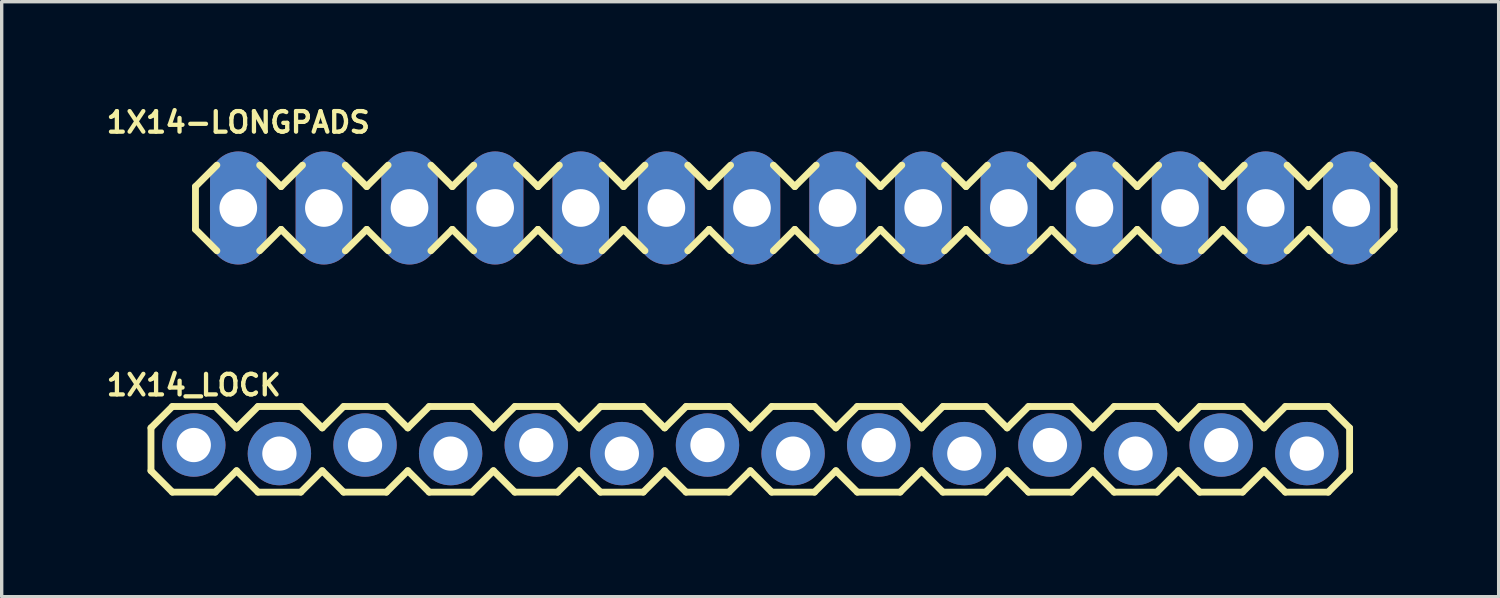
<source format=kicad_pcb>
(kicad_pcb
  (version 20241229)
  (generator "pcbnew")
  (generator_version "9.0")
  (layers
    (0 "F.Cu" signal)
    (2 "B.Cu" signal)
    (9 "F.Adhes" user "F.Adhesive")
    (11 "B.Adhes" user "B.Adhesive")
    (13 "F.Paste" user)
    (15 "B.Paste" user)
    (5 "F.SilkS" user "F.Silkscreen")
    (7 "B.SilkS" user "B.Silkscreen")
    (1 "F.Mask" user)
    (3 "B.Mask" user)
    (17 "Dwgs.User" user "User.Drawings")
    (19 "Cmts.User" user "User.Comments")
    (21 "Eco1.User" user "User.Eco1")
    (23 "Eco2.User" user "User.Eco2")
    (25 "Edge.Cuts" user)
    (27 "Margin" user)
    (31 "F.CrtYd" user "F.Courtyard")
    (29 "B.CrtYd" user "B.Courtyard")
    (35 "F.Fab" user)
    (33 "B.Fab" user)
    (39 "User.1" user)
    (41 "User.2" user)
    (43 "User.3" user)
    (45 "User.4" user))
  (footprint "1X14-LONGPADS"
    (layer "F.Cu")
    (at 4.019 3.12)
    (property "Reference" "1X14-LONGPADS" (at 0 -2.54 0) (layer "F.SilkS") (effects (font (size 0.61 0.61) (thickness 0.127))))
    (attr exclude_from_pos_files exclude_from_bom)
    (fp_line (start -1.27 -0.635) (end -1.27 0.635) (stroke (width 0.203) (type solid)) (layer "F.SilkS"))
    (fp_line (start -1.27 0.635) (end -0.635 1.27) (stroke (width 0.203) (type solid)) (layer "F.SilkS"))
    (fp_line (start -0.635 -1.27) (end -1.27 -0.635) (stroke (width 0.203) (type solid)) (layer "F.SilkS"))
    (fp_line (start 0.635 -1.27) (end 1.27 -0.635) (stroke (width 0.203) (type solid)) (layer "F.SilkS"))
    (fp_line (start 1.27 -0.635) (end 1.905 -1.27) (stroke (width 0.203) (type solid)) (layer "F.SilkS"))
    (fp_line (start 1.27 0.635) (end 0.635 1.27) (stroke (width 0.203) (type solid)) (layer "F.SilkS"))
    (fp_line (start 1.905 1.27) (end 1.27 0.635) (stroke (width 0.203) (type solid)) (layer "F.SilkS"))
    (fp_line (start 3.175 -1.27) (end 3.81 -0.635) (stroke (width 0.203) (type solid)) (layer "F.SilkS"))
    (fp_line (start 3.81 -0.635) (end 4.445 -1.27) (stroke (width 0.203) (type solid)) (layer "F.SilkS"))
    (fp_line (start 3.81 0.635) (end 3.175 1.27) (stroke (width 0.203) (type solid)) (layer "F.SilkS"))
    (fp_line (start 4.445 1.27) (end 3.81 0.635) (stroke (width 0.203) (type solid)) (layer "F.SilkS"))
    (fp_line (start 5.715 -1.27) (end 6.35 -0.635) (stroke (width 0.203) (type solid)) (layer "F.SilkS"))
    (fp_line (start 6.35 0.635) (end 5.715 1.27) (stroke (width 0.203) (type solid)) (layer "F.SilkS"))
    (fp_line (start 6.35 0.635) (end 6.985 1.27) (stroke (width 0.203) (type solid)) (layer "F.SilkS"))
    (fp_line (start 6.985 -1.27) (end 6.35 -0.635) (stroke (width 0.203) (type solid)) (layer "F.SilkS"))
    (fp_line (start 8.255 -1.27) (end 8.89 -0.635) (stroke (width 0.203) (type solid)) (layer "F.SilkS"))
    (fp_line (start 8.89 -0.635) (end 9.525 -1.27) (stroke (width 0.203) (type solid)) (layer "F.SilkS"))
    (fp_line (start 8.89 0.635) (end 8.255 1.27) (stroke (width 0.203) (type solid)) (layer "F.SilkS"))
    (fp_line (start 9.525 1.27) (end 8.89 0.635) (stroke (width 0.203) (type solid)) (layer "F.SilkS"))
    (fp_line (start 10.795 -1.27) (end 11.43 -0.635) (stroke (width 0.203) (type solid)) (layer "F.SilkS"))
    (fp_line (start 11.43 -0.635) (end 12.065 -1.27) (stroke (width 0.203) (type solid)) (layer "F.SilkS"))
    (fp_line (start 11.43 0.635) (end 10.795 1.27) (stroke (width 0.203) (type solid)) (layer "F.SilkS"))
    (fp_line (start 12.065 1.27) (end 11.43 0.635) (stroke (width 0.203) (type solid)) (layer "F.SilkS"))
    (fp_line (start 13.335 -1.27) (end 13.97 -0.635) (stroke (width 0.203) (type solid)) (layer "F.SilkS"))
    (fp_line (start 13.97 0.635) (end 13.335 1.27) (stroke (width 0.203) (type solid)) (layer "F.SilkS"))
    (fp_line (start 13.97 0.635) (end 14.605 1.27) (stroke (width 0.203) (type solid)) (layer "F.SilkS"))
    (fp_line (start 14.605 -1.27) (end 13.97 -0.635) (stroke (width 0.203) (type solid)) (layer "F.SilkS"))
    (fp_line (start 15.875 -1.27) (end 16.51 -0.635) (stroke (width 0.203) (type solid)) (layer "F.SilkS"))
    (fp_line (start 16.51 0.635) (end 15.875 1.27) (stroke (width 0.203) (type solid)) (layer "F.SilkS"))
    (fp_line (start 16.51 0.635) (end 17.145 1.27) (stroke (width 0.203) (type solid)) (layer "F.SilkS"))
    (fp_line (start 17.145 -1.27) (end 16.51 -0.635) (stroke (width 0.203) (type solid)) (layer "F.SilkS"))
    (fp_line (start 18.415 -1.27) (end 19.05 -0.635) (stroke (width 0.203) (type solid)) (layer "F.SilkS"))
    (fp_line (start 19.05 -0.635) (end 19.685 -1.27) (stroke (width 0.203) (type solid)) (layer "F.SilkS"))
    (fp_line (start 19.05 0.635) (end 18.415 1.27) (stroke (width 0.203) (type solid)) (layer "F.SilkS"))
    (fp_line (start 19.685 1.27) (end 19.05 0.635) (stroke (width 0.203) (type solid)) (layer "F.SilkS"))
    (fp_line (start 20.955 -1.27) (end 21.59 -0.635) (stroke (width 0.203) (type solid)) (layer "F.SilkS"))
    (fp_line (start 21.59 -0.635) (end 22.225 -1.27) (stroke (width 0.203) (type solid)) (layer "F.SilkS"))
    (fp_line (start 21.59 0.635) (end 20.955 1.27) (stroke (width 0.203) (type solid)) (layer "F.SilkS"))
    (fp_line (start 22.225 1.27) (end 21.59 0.635) (stroke (width 0.203) (type solid)) (layer "F.SilkS"))
    (fp_line (start 23.495 -1.27) (end 24.13 -0.635) (stroke (width 0.203) (type solid)) (layer "F.SilkS"))
    (fp_line (start 24.13 0.635) (end 23.495 1.27) (stroke (width 0.203) (type solid)) (layer "F.SilkS"))
    (fp_line (start 24.13 0.635) (end 24.765 1.27) (stroke (width 0.203) (type solid)) (layer "F.SilkS"))
    (fp_line (start 24.765 -1.27) (end 24.13 -0.635) (stroke (width 0.203) (type solid)) (layer "F.SilkS"))
    (fp_line (start 26.035 -1.27) (end 26.67 -0.635) (stroke (width 0.203) (type solid)) (layer "F.SilkS"))
    (fp_line (start 26.67 -0.635) (end 27.305 -1.27) (stroke (width 0.203) (type solid)) (layer "F.SilkS"))
    (fp_line (start 26.67 0.635) (end 26.035 1.27) (stroke (width 0.203) (type solid)) (layer "F.SilkS"))
    (fp_line (start 27.305 1.27) (end 26.67 0.635) (stroke (width 0.203) (type solid)) (layer "F.SilkS"))
    (fp_line (start 28.575 -1.27) (end 29.21 -0.635) (stroke (width 0.203) (type solid)) (layer "F.SilkS"))
    (fp_line (start 29.21 -0.635) (end 29.845 -1.27) (stroke (width 0.203) (type solid)) (layer "F.SilkS"))
    (fp_line (start 29.21 0.635) (end 28.575 1.27) (stroke (width 0.203) (type solid)) (layer "F.SilkS"))
    (fp_line (start 29.845 1.27) (end 29.21 0.635) (stroke (width 0.203) (type solid)) (layer "F.SilkS"))
    (fp_line (start 31.115 -1.27) (end 31.75 -0.635) (stroke (width 0.203) (type solid)) (layer "F.SilkS"))
    (fp_line (start 31.75 0.635) (end 31.115 1.27) (stroke (width 0.203) (type solid)) (layer "F.SilkS"))
    (fp_line (start 31.75 0.635) (end 32.385 1.27) (stroke (width 0.203) (type solid)) (layer "F.SilkS"))
    (fp_line (start 32.385 -1.27) (end 31.75 -0.635) (stroke (width 0.203) (type solid)) (layer "F.SilkS"))
    (fp_line (start 33.655 -1.27) (end 34.29 -0.635) (stroke (width 0.203) (type solid)) (layer "F.SilkS"))
    (fp_line (start 34.29 -0.635) (end 34.29 0.635) (stroke (width 0.203) (type solid)) (layer "F.SilkS"))
    (fp_line (start 34.29 0.635) (end 33.655 1.27) (stroke (width 0.203) (type solid)) (layer "F.SilkS"))
    (pad "1" thru_hole oval (at 0 0 180) (size 1.676 3.353) (drill 1.118) (layers "*.Cu" "*.Paste" "*.Mask"))
    (pad "2" thru_hole oval (at 2.54 0 180) (size 1.676 3.353) (drill 1.118) (layers "*.Cu" "*.Paste" "*.Mask"))
    (pad "3" thru_hole oval (at 5.08 0 180) (size 1.676 3.353) (drill 1.118) (layers "*.Cu" "*.Paste" "*.Mask"))
    (pad "4" thru_hole oval (at 7.62 0 180) (size 1.676 3.353) (drill 1.118) (layers "*.Cu" "*.Paste" "*.Mask"))
    (pad "5" thru_hole oval (at 10.16 0 180) (size 1.676 3.353) (drill 1.118) (layers "*.Cu" "*.Paste" "*.Mask"))
    (pad "6" thru_hole oval (at 12.7 0 180) (size 1.676 3.353) (drill 1.118) (layers "*.Cu" "*.Paste" "*.Mask"))
    (pad "7" thru_hole oval (at 15.24 0 180) (size 1.676 3.353) (drill 1.118) (layers "*.Cu" "*.Paste" "*.Mask"))
    (pad "8" thru_hole oval (at 17.78 0 180) (size 1.676 3.353) (drill 1.118) (layers "*.Cu" "*.Paste" "*.Mask"))
    (pad "9" thru_hole oval (at 20.32 0 180) (size 1.676 3.353) (drill 1.118) (layers "*.Cu" "*.Paste" "*.Mask"))
    (pad "10" thru_hole oval (at 22.86 0 180) (size 1.676 3.353) (drill 1.118) (layers "*.Cu" "*.Paste" "*.Mask"))
    (pad "11" thru_hole oval (at 25.4 0 180) (size 1.676 3.353) (drill 1.118) (layers "*.Cu" "*.Paste" "*.Mask"))
    (pad "12" thru_hole oval (at 27.94 0 180) (size 1.676 3.353) (drill 1.118) (layers "*.Cu" "*.Paste" "*.Mask"))
    (pad "13" thru_hole oval (at 30.48 0 180) (size 1.676 3.353) (drill 1.118) (layers "*.Cu" "*.Paste" "*.Mask"))
    (pad "14" thru_hole oval (at 33.02 0 180) (size 1.676 3.353) (drill 1.118) (layers "*.Cu" "*.Paste" "*.Mask")))
  (footprint "1X14_LOCK"
    (layer "F.Cu")
    (at 2.699 10.28)
    (property "Reference" "1X14_LOCK" (at 0 -1.905 0) (layer "F.SilkS") (effects (font (size 0.61 0.61) (thickness 0.127))))
    (attr exclude_from_pos_files exclude_from_bom)
    (fp_line (start -1.27 -0.635) (end -1.27 0.635) (stroke (width 0.203) (type solid)) (layer "F.SilkS"))
    (fp_line (start -1.27 0.635) (end -0.635 1.27) (stroke (width 0.203) (type solid)) (layer "F.SilkS"))
    (fp_line (start -0.635 -1.27) (end -1.27 -0.635) (stroke (width 0.203) (type solid)) (layer "F.SilkS"))
    (fp_line (start -0.635 -1.27) (end 0.635 -1.27) (stroke (width 0.203) (type solid)) (layer "F.SilkS"))
    (fp_line (start 0.635 -1.27) (end 1.27 -0.635) (stroke (width 0.203) (type solid)) (layer "F.SilkS"))
    (fp_line (start 0.635 1.27) (end -0.635 1.27) (stroke (width 0.203) (type solid)) (layer "F.SilkS"))
    (fp_line (start 1.27 -0.635) (end 1.905 -1.27) (stroke (width 0.203) (type solid)) (layer "F.SilkS"))
    (fp_line (start 1.27 0.635) (end 0.635 1.27) (stroke (width 0.203) (type solid)) (layer "F.SilkS"))
    (fp_line (start 1.905 -1.27) (end 3.175 -1.27) (stroke (width 0.203) (type solid)) (layer "F.SilkS"))
    (fp_line (start 1.905 1.27) (end 1.27 0.635) (stroke (width 0.203) (type solid)) (layer "F.SilkS"))
    (fp_line (start 3.175 -1.27) (end 3.81 -0.635) (stroke (width 0.203) (type solid)) (layer "F.SilkS"))
    (fp_line (start 3.175 1.27) (end 1.905 1.27) (stroke (width 0.203) (type solid)) (layer "F.SilkS"))
    (fp_line (start 3.81 -0.635) (end 4.445 -1.27) (stroke (width 0.203) (type solid)) (layer "F.SilkS"))
    (fp_line (start 3.81 0.635) (end 3.175 1.27) (stroke (width 0.203) (type solid)) (layer "F.SilkS"))
    (fp_line (start 4.445 -1.27) (end 5.715 -1.27) (stroke (width 0.203) (type solid)) (layer "F.SilkS"))
    (fp_line (start 4.445 1.27) (end 3.81 0.635) (stroke (width 0.203) (type solid)) (layer "F.SilkS"))
    (fp_line (start 5.715 -1.27) (end 6.35 -0.635) (stroke (width 0.203) (type solid)) (layer "F.SilkS"))
    (fp_line (start 5.715 1.27) (end 4.445 1.27) (stroke (width 0.203) (type solid)) (layer "F.SilkS"))
    (fp_line (start 6.35 0.635) (end 5.715 1.27) (stroke (width 0.203) (type solid)) (layer "F.SilkS"))
    (fp_line (start 6.35 0.635) (end 6.985 1.27) (stroke (width 0.203) (type solid)) (layer "F.SilkS"))
    (fp_line (start 6.985 -1.27) (end 6.35 -0.635) (stroke (width 0.203) (type solid)) (layer "F.SilkS"))
    (fp_line (start 6.985 -1.27) (end 8.255 -1.27) (stroke (width 0.203) (type solid)) (layer "F.SilkS"))
    (fp_line (start 8.255 -1.27) (end 8.89 -0.635) (stroke (width 0.203) (type solid)) (layer "F.SilkS"))
    (fp_line (start 8.255 1.27) (end 6.985 1.27) (stroke (width 0.203) (type solid)) (layer "F.SilkS"))
    (fp_line (start 8.89 -0.635) (end 9.525 -1.27) (stroke (width 0.203) (type solid)) (layer "F.SilkS"))
    (fp_line (start 8.89 0.635) (end 8.255 1.27) (stroke (width 0.203) (type solid)) (layer "F.SilkS"))
    (fp_line (start 9.525 -1.27) (end 10.795 -1.27) (stroke (width 0.203) (type solid)) (layer "F.SilkS"))
    (fp_line (start 9.525 1.27) (end 8.89 0.635) (stroke (width 0.203) (type solid)) (layer "F.SilkS"))
    (fp_line (start 10.795 -1.27) (end 11.43 -0.635) (stroke (width 0.203) (type solid)) (layer "F.SilkS"))
    (fp_line (start 10.795 1.27) (end 9.525 1.27) (stroke (width 0.203) (type solid)) (layer "F.SilkS"))
    (fp_line (start 11.43 -0.635) (end 12.065 -1.27) (stroke (width 0.203) (type solid)) (layer "F.SilkS"))
    (fp_line (start 11.43 0.635) (end 10.795 1.27) (stroke (width 0.203) (type solid)) (layer "F.SilkS"))
    (fp_line (start 12.065 -1.27) (end 13.335 -1.27) (stroke (width 0.203) (type solid)) (layer "F.SilkS"))
    (fp_line (start 12.065 1.27) (end 11.43 0.635) (stroke (width 0.203) (type solid)) (layer "F.SilkS"))
    (fp_line (start 13.335 -1.27) (end 13.97 -0.635) (stroke (width 0.203) (type solid)) (layer "F.SilkS"))
    (fp_line (start 13.335 1.27) (end 12.065 1.27) (stroke (width 0.203) (type solid)) (layer "F.SilkS"))
    (fp_line (start 13.97 0.635) (end 13.335 1.27) (stroke (width 0.203) (type solid)) (layer "F.SilkS"))
    (fp_line (start 13.97 0.635) (end 14.605 1.27) (stroke (width 0.203) (type solid)) (layer "F.SilkS"))
    (fp_line (start 14.605 -1.27) (end 13.97 -0.635) (stroke (width 0.203) (type solid)) (layer "F.SilkS"))
    (fp_line (start 14.605 -1.27) (end 15.875 -1.27) (stroke (width 0.203) (type solid)) (layer "F.SilkS"))
    (fp_line (start 15.875 -1.27) (end 16.51 -0.635) (stroke (width 0.203) (type solid)) (layer "F.SilkS"))
    (fp_line (start 15.875 1.27) (end 14.605 1.27) (stroke (width 0.203) (type solid)) (layer "F.SilkS"))
    (fp_line (start 16.51 0.635) (end 15.875 1.27) (stroke (width 0.203) (type solid)) (layer "F.SilkS"))
    (fp_line (start 16.51 0.635) (end 17.145 1.27) (stroke (width 0.203) (type solid)) (layer "F.SilkS"))
    (fp_line (start 17.145 -1.27) (end 16.51 -0.635) (stroke (width 0.203) (type solid)) (layer "F.SilkS"))
    (fp_line (start 17.145 -1.27) (end 18.415 -1.27) (stroke (width 0.203) (type solid)) (layer "F.SilkS"))
    (fp_line (start 18.415 -1.27) (end 19.05 -0.635) (stroke (width 0.203) (type solid)) (layer "F.SilkS"))
    (fp_line (start 18.415 1.27) (end 17.145 1.27) (stroke (width 0.203) (type solid)) (layer "F.SilkS"))
    (fp_line (start 19.05 -0.635) (end 19.685 -1.27) (stroke (width 0.203) (type solid)) (layer "F.SilkS"))
    (fp_line (start 19.05 0.635) (end 18.415 1.27) (stroke (width 0.203) (type solid)) (layer "F.SilkS"))
    (fp_line (start 19.685 -1.27) (end 20.955 -1.27) (stroke (width 0.203) (type solid)) (layer "F.SilkS"))
    (fp_line (start 19.685 1.27) (end 19.05 0.635) (stroke (width 0.203) (type solid)) (layer "F.SilkS"))
    (fp_line (start 20.955 -1.27) (end 21.59 -0.635) (stroke (width 0.203) (type solid)) (layer "F.SilkS"))
    (fp_line (start 20.955 1.27) (end 19.685 1.27) (stroke (width 0.203) (type solid)) (layer "F.SilkS"))
    (fp_line (start 21.59 -0.635) (end 22.225 -1.27) (stroke (width 0.203) (type solid)) (layer "F.SilkS"))
    (fp_line (start 21.59 0.635) (end 20.955 1.27) (stroke (width 0.203) (type solid)) (layer "F.SilkS"))
    (fp_line (start 22.225 -1.27) (end 23.495 -1.27) (stroke (width 0.203) (type solid)) (layer "F.SilkS"))
    (fp_line (start 22.225 1.27) (end 21.59 0.635) (stroke (width 0.203) (type solid)) (layer "F.SilkS"))
    (fp_line (start 23.495 -1.27) (end 24.13 -0.635) (stroke (width 0.203) (type solid)) (layer "F.SilkS"))
    (fp_line (start 23.495 1.27) (end 22.225 1.27) (stroke (width 0.203) (type solid)) (layer "F.SilkS"))
    (fp_line (start 24.13 0.635) (end 23.495 1.27) (stroke (width 0.203) (type solid)) (layer "F.SilkS"))
    (fp_line (start 24.13 0.635) (end 24.765 1.27) (stroke (width 0.203) (type solid)) (layer "F.SilkS"))
    (fp_line (start 24.765 -1.27) (end 24.13 -0.635) (stroke (width 0.203) (type solid)) (layer "F.SilkS"))
    (fp_line (start 24.765 -1.27) (end 26.035 -1.27) (stroke (width 0.203) (type solid)) (layer "F.SilkS"))
    (fp_line (start 26.035 -1.27) (end 26.67 -0.635) (stroke (width 0.203) (type solid)) (layer "F.SilkS"))
    (fp_line (start 26.035 1.27) (end 24.765 1.27) (stroke (width 0.203) (type solid)) (layer "F.SilkS"))
    (fp_line (start 26.67 -0.635) (end 27.305 -1.27) (stroke (width 0.203) (type solid)) (layer "F.SilkS"))
    (fp_line (start 26.67 0.635) (end 26.035 1.27) (stroke (width 0.203) (type solid)) (layer "F.SilkS"))
    (fp_line (start 27.305 -1.27) (end 28.575 -1.27) (stroke (width 0.203) (type solid)) (layer "F.SilkS"))
    (fp_line (start 27.305 1.27) (end 26.67 0.635) (stroke (width 0.203) (type solid)) (layer "F.SilkS"))
    (fp_line (start 28.575 -1.27) (end 29.21 -0.635) (stroke (width 0.203) (type solid)) (layer "F.SilkS"))
    (fp_line (start 28.575 1.27) (end 27.305 1.27) (stroke (width 0.203) (type solid)) (layer "F.SilkS"))
    (fp_line (start 29.21 -0.635) (end 29.845 -1.27) (stroke (width 0.203) (type solid)) (layer "F.SilkS"))
    (fp_line (start 29.21 0.635) (end 28.575 1.27) (stroke (width 0.203) (type solid)) (layer "F.SilkS"))
    (fp_line (start 29.845 -1.27) (end 31.115 -1.27) (stroke (width 0.203) (type solid)) (layer "F.SilkS"))
    (fp_line (start 29.845 1.27) (end 29.21 0.635) (stroke (width 0.203) (type solid)) (layer "F.SilkS"))
    (fp_line (start 31.115 -1.27) (end 31.75 -0.635) (stroke (width 0.203) (type solid)) (layer "F.SilkS"))
    (fp_line (start 31.115 1.27) (end 29.845 1.27) (stroke (width 0.203) (type solid)) (layer "F.SilkS"))
    (fp_line (start 31.75 0.635) (end 31.115 1.27) (stroke (width 0.203) (type solid)) (layer "F.SilkS"))
    (fp_line (start 31.75 0.635) (end 32.385 1.27) (stroke (width 0.203) (type solid)) (layer "F.SilkS"))
    (fp_line (start 32.385 -1.27) (end 31.75 -0.635) (stroke (width 0.203) (type solid)) (layer "F.SilkS"))
    (fp_line (start 32.385 -1.27) (end 33.655 -1.27) (stroke (width 0.203) (type solid)) (layer "F.SilkS"))
    (fp_line (start 33.655 -1.27) (end 34.29 -0.635) (stroke (width 0.203) (type solid)) (layer "F.SilkS"))
    (fp_line (start 33.655 1.27) (end 32.385 1.27) (stroke (width 0.203) (type solid)) (layer "F.SilkS"))
    (fp_line (start 34.29 -0.635) (end 34.29 0.635) (stroke (width 0.203) (type solid)) (layer "F.SilkS"))
    (fp_line (start 34.29 0.635) (end 33.655 1.27) (stroke (width 0.203) (type solid)) (layer "F.SilkS"))
    (pad "1" thru_hole circle (at 0 -0.127) (size 1.88 1.88) (drill 1.016) (layers "*.Cu" "*.Paste" "*.Mask"))
    (pad "2" thru_hole circle (at 2.54 0.127) (size 1.88 1.88) (drill 1.016) (layers "*.Cu" "*.Paste" "*.Mask"))
    (pad "3" thru_hole circle (at 5.08 -0.127) (size 1.88 1.88) (drill 1.016) (layers "*.Cu" "*.Paste" "*.Mask"))
    (pad "4" thru_hole circle (at 7.62 0.127) (size 1.88 1.88) (drill 1.016) (layers "*.Cu" "*.Paste" "*.Mask"))
    (pad "5" thru_hole circle (at 10.16 -0.127) (size 1.88 1.88) (drill 1.016) (layers "*.Cu" "*.Paste" "*.Mask"))
    (pad "6" thru_hole circle (at 12.7 0.127) (size 1.88 1.88) (drill 1.016) (layers "*.Cu" "*.Paste" "*.Mask"))
    (pad "7" thru_hole circle (at 15.24 -0.127) (size 1.88 1.88) (drill 1.016) (layers "*.Cu" "*.Paste" "*.Mask"))
    (pad "8" thru_hole circle (at 17.78 0.127) (size 1.88 1.88) (drill 1.016) (layers "*.Cu" "*.Paste" "*.Mask"))
    (pad "9" thru_hole circle (at 20.32 -0.127) (size 1.88 1.88) (drill 1.016) (layers "*.Cu" "*.Paste" "*.Mask"))
    (pad "10" thru_hole circle (at 22.86 0.127) (size 1.88 1.88) (drill 1.016) (layers "*.Cu" "*.Paste" "*.Mask"))
    (pad "11" thru_hole circle (at 25.4 -0.127) (size 1.88 1.88) (drill 1.016) (layers "*.Cu" "*.Paste" "*.Mask"))
    (pad "12" thru_hole circle (at 27.94 0.127) (size 1.88 1.88) (drill 1.016) (layers "*.Cu" "*.Paste" "*.Mask"))
    (pad "13" thru_hole circle (at 30.48 -0.127) (size 1.88 1.88) (drill 1.016) (layers "*.Cu" "*.Paste" "*.Mask"))
    (pad "14" thru_hole circle (at 33.02 0.127) (size 1.88 1.88) (drill 1.016) (layers "*.Cu" "*.Paste" "*.Mask")))
  (gr_rect
    (start -3 -3)
    (end 41.411 14.652)
    (stroke (width 0.1) (type default))
    (fill no)
    (layer "Edge.Cuts")))
</source>
